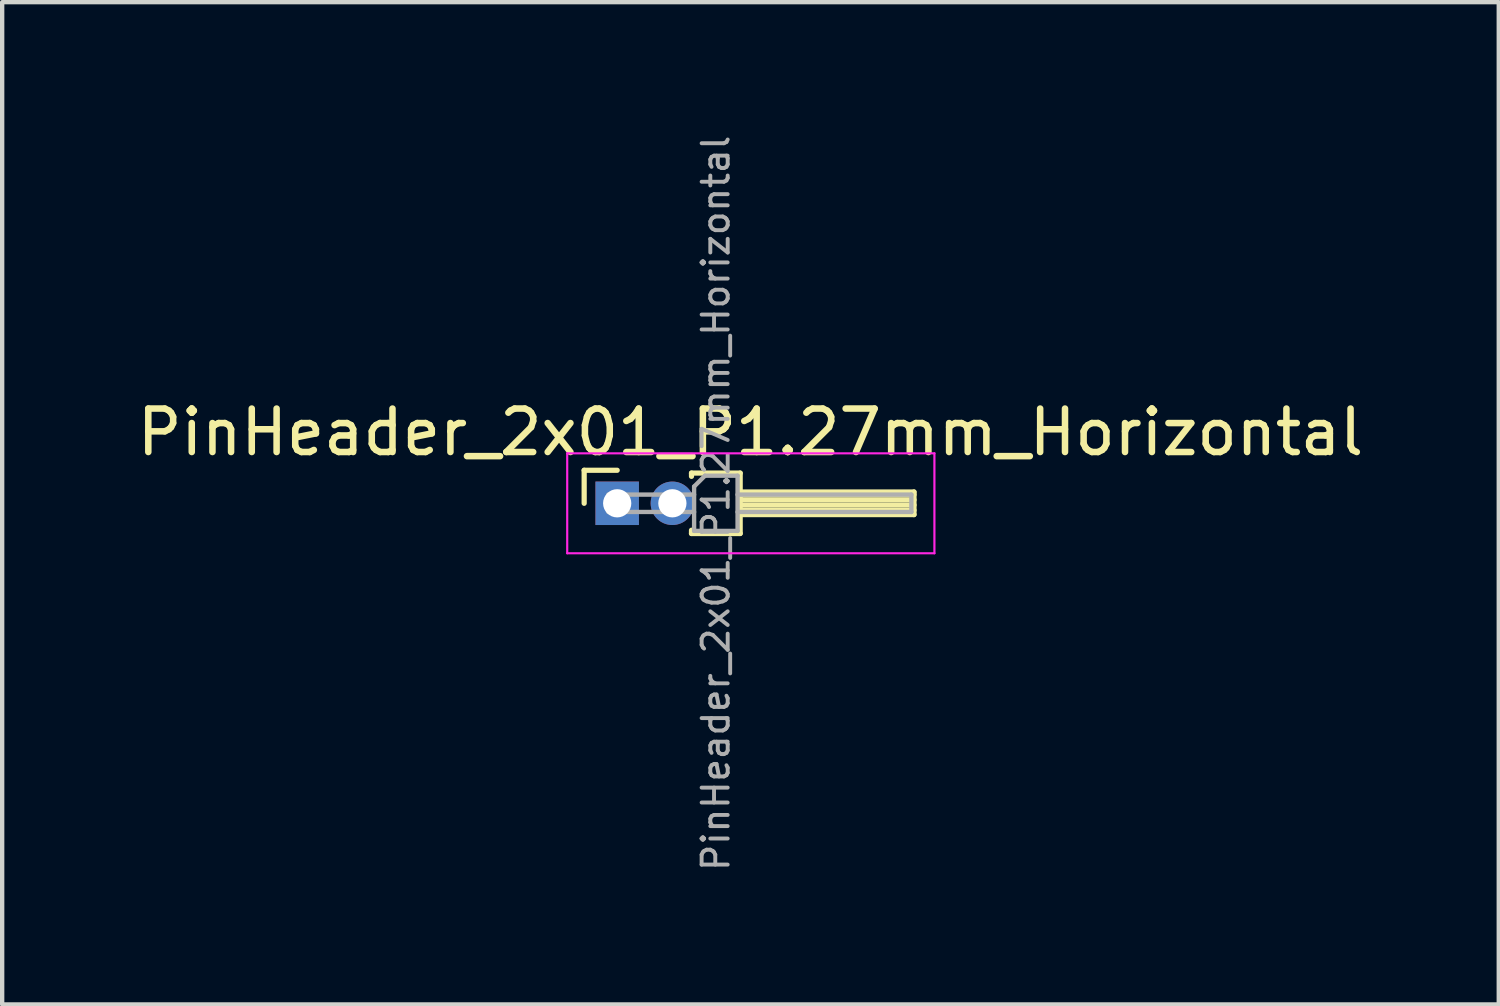
<source format=kicad_pcb>
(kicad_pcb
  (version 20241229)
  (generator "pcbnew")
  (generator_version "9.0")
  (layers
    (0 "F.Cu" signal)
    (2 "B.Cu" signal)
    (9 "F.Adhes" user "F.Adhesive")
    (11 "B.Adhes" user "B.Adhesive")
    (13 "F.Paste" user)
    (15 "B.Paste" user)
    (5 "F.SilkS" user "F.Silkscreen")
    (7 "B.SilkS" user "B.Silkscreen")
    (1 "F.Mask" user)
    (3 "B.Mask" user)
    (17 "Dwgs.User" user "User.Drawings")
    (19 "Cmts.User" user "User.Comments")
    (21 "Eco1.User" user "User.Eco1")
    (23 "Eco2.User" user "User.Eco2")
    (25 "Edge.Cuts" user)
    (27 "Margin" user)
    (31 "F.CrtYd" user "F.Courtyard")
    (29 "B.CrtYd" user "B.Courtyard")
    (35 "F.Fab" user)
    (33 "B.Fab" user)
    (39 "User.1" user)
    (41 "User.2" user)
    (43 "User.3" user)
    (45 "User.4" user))
  (footprint "PinHeader_2x01_P1.27mm_Horizontal"
    (layer "F.Cu")
    (at 11.153 8.532)
    (property "Reference" "PinHeader_2x01_P1.27mm_Horizontal" (at 3.067 -1.635 0) (layer "F.SilkS") (effects (font (size 1 1) (thickness 0.15))))
    (attr through_hole)
    (fp_line (start -0.76 -0.76) (end 0 -0.76) (stroke (width 0.12) (type solid)) (layer "F.SilkS"))
    (fp_line (start -0.76 0) (end -0.76 -0.76) (stroke (width 0.12) (type solid)) (layer "F.SilkS"))
    (fp_line (start 1.71 -0.695) (end 2.83 -0.695) (stroke (width 0.12) (type solid)) (layer "F.SilkS"))
    (fp_line (start 1.71 -0.62) (end 1.71 -0.695) (stroke (width 0.12) (type solid)) (layer "F.SilkS"))
    (fp_line (start 1.71 0.695) (end 1.71 0.62) (stroke (width 0.12) (type solid)) (layer "F.SilkS"))
    (fp_line (start 2.83 -0.695) (end 2.83 0.695) (stroke (width 0.12) (type solid)) (layer "F.SilkS"))
    (fp_line (start 2.83 -0.26) (end 6.83 -0.26) (stroke (width 0.12) (type solid)) (layer "F.SilkS"))
    (fp_line (start 2.83 -0.2) (end 6.83 -0.2) (stroke (width 0.12) (type solid)) (layer "F.SilkS"))
    (fp_line (start 2.83 -0.08) (end 6.83 -0.08) (stroke (width 0.12) (type solid)) (layer "F.SilkS"))
    (fp_line (start 2.83 0.04) (end 6.83 0.04) (stroke (width 0.12) (type solid)) (layer "F.SilkS"))
    (fp_line (start 2.83 0.16) (end 6.83 0.16) (stroke (width 0.12) (type solid)) (layer "F.SilkS"))
    (fp_line (start 2.83 0.695) (end 1.71 0.695) (stroke (width 0.12) (type solid)) (layer "F.SilkS"))
    (fp_line (start 6.83 -0.26) (end 6.83 0.26) (stroke (width 0.12) (type solid)) (layer "F.SilkS"))
    (fp_line (start 6.83 0.26) (end 2.83 0.26) (stroke (width 0.12) (type solid)) (layer "F.SilkS"))
    (fp_line (start -1.15 -1.15) (end -1.15 1.15) (stroke (width 0.05) (type solid)) (layer "F.CrtYd"))
    (fp_line (start -1.15 1.15) (end 7.3 1.15) (stroke (width 0.05) (type solid)) (layer "F.CrtYd"))
    (fp_line (start 7.3 -1.15) (end -1.15 -1.15) (stroke (width 0.05) (type solid)) (layer "F.CrtYd"))
    (fp_line (start 7.3 1.15) (end 7.3 -1.15) (stroke (width 0.05) (type solid)) (layer "F.CrtYd"))
    (fp_line (start -0.2 -0.2) (end -0.2 0.2) (stroke (width 0.1) (type solid)) (layer "F.Fab"))
    (fp_line (start -0.2 -0.2) (end 1.77 -0.2) (stroke (width 0.1) (type solid)) (layer "F.Fab"))
    (fp_line (start -0.2 0.2) (end 1.77 0.2) (stroke (width 0.1) (type solid)) (layer "F.Fab"))
    (fp_line (start 1.77 -0.385) (end 2.02 -0.635) (stroke (width 0.1) (type solid)) (layer "F.Fab"))
    (fp_line (start 1.77 0.635) (end 1.77 -0.385) (stroke (width 0.1) (type solid)) (layer "F.Fab"))
    (fp_line (start 2.02 -0.635) (end 2.77 -0.635) (stroke (width 0.1) (type solid)) (layer "F.Fab"))
    (fp_line (start 2.77 -0.635) (end 2.77 0.635) (stroke (width 0.1) (type solid)) (layer "F.Fab"))
    (fp_line (start 2.77 -0.2) (end 6.77 -0.2) (stroke (width 0.1) (type solid)) (layer "F.Fab"))
    (fp_line (start 2.77 0.2) (end 6.77 0.2) (stroke (width 0.1) (type solid)) (layer "F.Fab"))
    (fp_line (start 2.77 0.635) (end 1.77 0.635) (stroke (width 0.1) (type solid)) (layer "F.Fab"))
    (fp_line (start 6.77 -0.2) (end 6.77 0.2) (stroke (width 0.1) (type solid)) (layer "F.Fab"))
    (fp_text user "${REFERENCE}" (at 2.27 0 90) (layer "F.Fab") (effects (font (size 0.6 0.6) (thickness 0.09))))
    (pad "1" thru_hole rect (at 0 0) (size 1 1) (drill 0.65) (layers "*.Cu" "*.Mask"))
    (pad "2" thru_hole oval (at 1.27 0) (size 1 1) (drill 0.65) (layers "*.Cu" "*.Mask")))
  (gr_rect
    (start -3 -3)
    (end 31.44 20.064)
    (stroke (width 0.1) (type default))
    (fill no)
    (layer "Edge.Cuts")))
</source>
